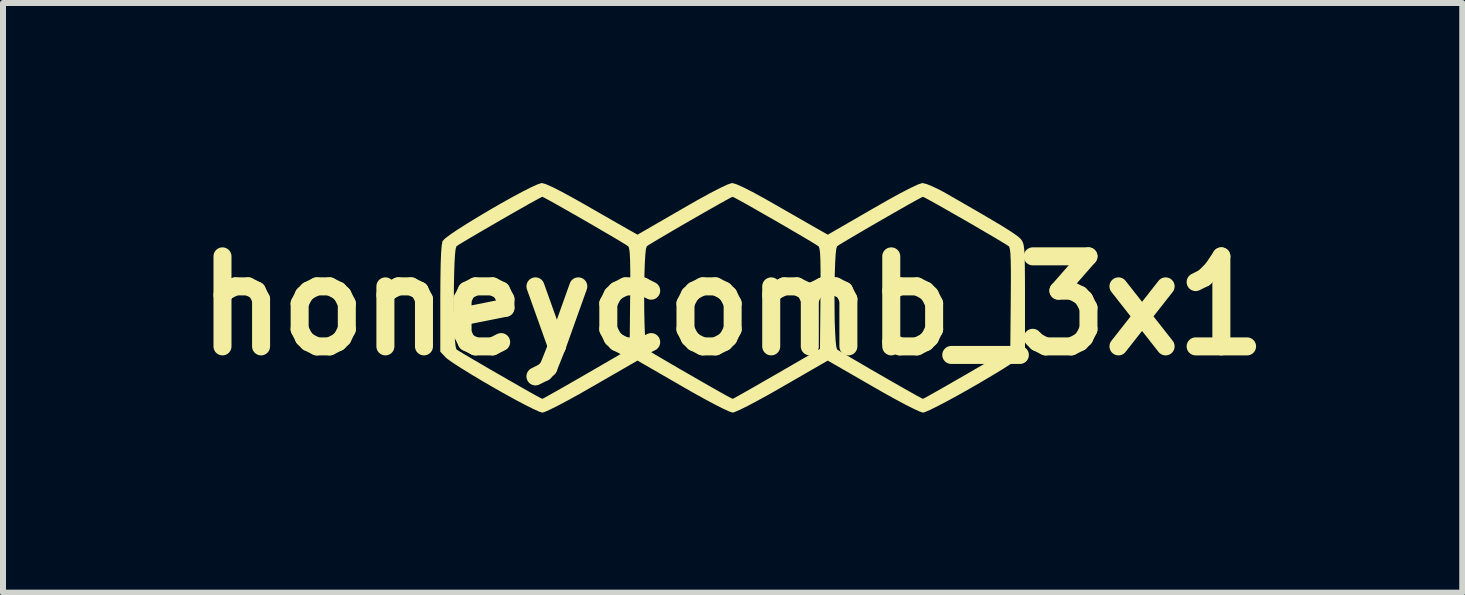
<source format=kicad_pcb>
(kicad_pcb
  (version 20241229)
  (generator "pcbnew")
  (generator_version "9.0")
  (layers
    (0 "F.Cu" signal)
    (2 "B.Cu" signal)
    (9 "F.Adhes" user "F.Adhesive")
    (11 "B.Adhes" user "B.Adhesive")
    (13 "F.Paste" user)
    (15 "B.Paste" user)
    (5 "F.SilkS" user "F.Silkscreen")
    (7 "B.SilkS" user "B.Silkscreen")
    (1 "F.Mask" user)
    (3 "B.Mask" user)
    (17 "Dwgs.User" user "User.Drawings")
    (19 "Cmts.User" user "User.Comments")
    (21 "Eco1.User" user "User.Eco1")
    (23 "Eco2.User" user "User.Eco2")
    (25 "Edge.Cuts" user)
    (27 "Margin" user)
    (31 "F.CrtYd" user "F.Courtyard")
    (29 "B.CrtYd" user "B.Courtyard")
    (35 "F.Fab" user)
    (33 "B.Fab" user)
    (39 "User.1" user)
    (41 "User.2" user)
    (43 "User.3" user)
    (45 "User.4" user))
  (footprint "honeycomb_3x1"
    (layer "F.Cu")
    (at 9.157 2.043)
    (property "Reference" "honeycomb_3x1" (at 0 0 0) (layer "F.SilkS") (effects (font (size 1.5 1.5) (thickness 0.3))))
    (attr board_only exclude_from_pos_files exclude_from_bom)
    (fp_poly (pts (xy 3.231 -2.027) (xy 3.336 -1.984) (xy 3.464 -1.922) (xy 3.548 -1.876) (xy 3.854 -1.7) (xy 4.107 -1.554) (xy 4.313 -1.433) (xy 4.476 -1.336) (xy 4.601 -1.258) (xy 4.692 -1.198) (xy 4.755 -1.152) (xy 4.794 -1.117) (xy 4.805 -1.105) (xy 4.824 -1.077) (xy 4.84 -1.043) (xy 4.851 -0.996) (xy 4.859 -0.928) (xy 4.865 -0.83) (xy 4.868 -0.696) (xy 4.87 -0.516) (xy 4.871 -0.283) (xy 4.871 -0.127) (xy 4.871 0.767) (xy 4.781 0.863) (xy 4.724 0.91) (xy 4.621 0.98) (xy 4.483 1.068) (xy 4.317 1.168) (xy 4.135 1.276) (xy 3.944 1.386) (xy 3.756 1.492) (xy 3.578 1.589) (xy 3.421 1.671) (xy 3.293 1.735) (xy 3.205 1.773) (xy 3.171 1.782) (xy 3.119 1.765) (xy 3.018 1.719) (xy 2.877 1.648) (xy 2.701 1.554) (xy 2.5 1.442) (xy 2.336 1.348) (xy 1.585 0.915) (xy 0.835 1.348) (xy 0.616 1.473) (xy 0.419 1.581) (xy 0.252 1.67) (xy 0.12 1.735) (xy 0.032 1.773) (xy 0.000156 1.782) (xy -0.052 1.765) (xy -0.153 1.719) (xy -0.296 1.647) (xy -0.473 1.552) (xy -0.677 1.439) (xy -0.835 1.348) (xy -1.585 0.915) (xy -2.336 1.348) (xy -2.553 1.472) (xy -2.749 1.58) (xy -2.917 1.669) (xy -3.049 1.734) (xy -3.137 1.773) (xy -3.17 1.782) (xy -3.223 1.766) (xy -3.323 1.72) (xy -3.464 1.65) (xy -3.637 1.558) (xy -3.834 1.449) (xy -3.973 1.37) (xy -4.175 1.253) (xy -4.362 1.141) (xy -4.525 1.04) (xy -4.657 0.955) (xy -4.746 0.892) (xy -4.781 0.863) (xy -4.871 0.767) (xy -4.871 -0.113) (xy -4.871 -0.133) (xy -4.645 -0.133) (xy -4.644 0.074) (xy -4.64 0.27) (xy -4.634 0.444) (xy -4.626 0.586) (xy -4.615 0.684) (xy -4.601 0.728) (xy -4.601 0.729) (xy -4.562 0.754) (xy -4.477 0.806) (xy -4.356 0.877) (xy -4.207 0.964) (xy -4.041 1.061) (xy -3.867 1.161) (xy -3.693 1.261) (xy -3.531 1.354) (xy -3.388 1.435) (xy -3.274 1.499) (xy -3.198 1.539) (xy -3.171 1.552) (xy -3.139 1.537) (xy -3.059 1.492) (xy -2.938 1.424) (xy -2.783 1.336) (xy -2.602 1.232) (xy -2.435 1.136) (xy -1.716 0.719) (xy -1.708 -0.118) (xy -1.707 -0.133) (xy -1.474 -0.133) (xy -1.473 0.074) (xy -1.469 0.27) (xy -1.463 0.444) (xy -1.455 0.586) (xy -1.444 0.684) (xy -1.43 0.728) (xy -1.43 0.729) (xy -1.391 0.754) (xy -1.306 0.806) (xy -1.185 0.877) (xy -1.036 0.964) (xy -0.87 1.061) (xy -0.696 1.161) (xy -0.523 1.261) (xy -0.36 1.354) (xy -0.217 1.435) (xy -0.103 1.499) (xy -0.027 1.539) (xy -0.000078 1.552) (xy 0.032 1.537) (xy 0.112 1.492) (xy 0.233 1.424) (xy 0.388 1.336) (xy 0.568 1.232) (xy 0.736 1.136) (xy 1.455 0.719) (xy 1.463 -0.118) (xy 1.464 -0.133) (xy 1.697 -0.133) (xy 1.698 0.074) (xy 1.701 0.27) (xy 1.708 0.444) (xy 1.716 0.586) (xy 1.727 0.684) (xy 1.74 0.728) (xy 1.741 0.729) (xy 1.78 0.754) (xy 1.865 0.806) (xy 1.986 0.877) (xy 2.135 0.964) (xy 2.301 1.061) (xy 2.475 1.161) (xy 2.648 1.261) (xy 2.811 1.354) (xy 2.954 1.435) (xy 3.068 1.499) (xy 3.144 1.539) (xy 3.171 1.552) (xy 3.202 1.537) (xy 3.283 1.492) (xy 3.404 1.424) (xy 3.559 1.336) (xy 3.739 1.232) (xy 3.906 1.136) (xy 4.626 0.719) (xy 4.634 -0.118) (xy 4.636 -0.389) (xy 4.636 -0.601) (xy 4.633 -0.761) (xy 4.628 -0.873) (xy 4.619 -0.945) (xy 4.607 -0.983) (xy 4.602 -0.989) (xy 4.56 -1.017) (xy 4.473 -1.07) (xy 4.349 -1.144) (xy 4.2 -1.231) (xy 4.033 -1.329) (xy 3.858 -1.43) (xy 3.684 -1.529) (xy 3.522 -1.622) (xy 3.38 -1.702) (xy 3.268 -1.764) (xy 3.195 -1.803) (xy 3.171 -1.814) (xy 3.138 -1.799) (xy 3.057 -1.755) (xy 2.939 -1.69) (xy 2.793 -1.607) (xy 2.629 -1.513) (xy 2.455 -1.413) (xy 2.28 -1.312) (xy 2.116 -1.216) (xy 1.97 -1.13) (xy 1.852 -1.06) (xy 1.772 -1.011) (xy 1.741 -0.99) (xy 1.727 -0.947) (xy 1.716 -0.85) (xy 1.708 -0.709) (xy 1.702 -0.535) (xy 1.698 -0.339) (xy 1.697 -0.133) (xy 1.464 -0.133) (xy 1.465 -0.389) (xy 1.465 -0.601) (xy 1.462 -0.761) (xy 1.457 -0.873) (xy 1.448 -0.945) (xy 1.436 -0.983) (xy 1.431 -0.989) (xy 1.389 -1.017) (xy 1.302 -1.07) (xy 1.178 -1.144) (xy 1.029 -1.231) (xy 0.862 -1.329) (xy 0.687 -1.43) (xy 0.513 -1.529) (xy 0.351 -1.622) (xy 0.209 -1.702) (xy 0.097 -1.764) (xy 0.024 -1.803) (xy 0 -1.814) (xy -0.033 -1.799) (xy -0.114 -1.755) (xy -0.231 -1.69) (xy -0.377 -1.607) (xy -0.542 -1.513) (xy -0.716 -1.413) (xy -0.891 -1.312) (xy -1.055 -1.216) (xy -1.201 -1.13) (xy -1.319 -1.06) (xy -1.399 -1.011) (xy -1.43 -0.99) (xy -1.444 -0.947) (xy -1.455 -0.85) (xy -1.463 -0.709) (xy -1.469 -0.535) (xy -1.473 -0.339) (xy -1.474 -0.133) (xy -1.707 -0.133) (xy -1.705 -0.389) (xy -1.706 -0.601) (xy -1.709 -0.761) (xy -1.714 -0.873) (xy -1.723 -0.945) (xy -1.735 -0.983) (xy -1.74 -0.989) (xy -1.782 -1.017) (xy -1.869 -1.07) (xy -1.992 -1.144) (xy -2.142 -1.231) (xy -2.309 -1.329) (xy -2.484 -1.43) (xy -2.657 -1.529) (xy -2.82 -1.622) (xy -2.962 -1.702) (xy -3.074 -1.764) (xy -3.147 -1.803) (xy -3.171 -1.814) (xy -3.204 -1.799) (xy -3.284 -1.755) (xy -3.402 -1.69) (xy -3.548 -1.607) (xy -3.713 -1.513) (xy -3.887 -1.413) (xy -4.061 -1.312) (xy -4.226 -1.216) (xy -4.372 -1.13) (xy -4.49 -1.06) (xy -4.57 -1.011) (xy -4.601 -0.99) (xy -4.615 -0.947) (xy -4.626 -0.85) (xy -4.634 -0.709) (xy -4.64 -0.535) (xy -4.644 -0.339) (xy -4.645 -0.133) (xy -4.871 -0.133) (xy -4.869 -0.429) (xy -4.865 -0.68) (xy -4.858 -0.87) (xy -4.848 -1) (xy -4.835 -1.071) (xy -4.833 -1.077) (xy -4.793 -1.118) (xy -4.705 -1.185) (xy -4.578 -1.271) (xy -4.42 -1.371) (xy -4.241 -1.48) (xy -4.051 -1.593) (xy -3.859 -1.704) (xy -3.673 -1.808) (xy -3.503 -1.899) (xy -3.359 -1.972) (xy -3.249 -2.022) (xy -3.183 -2.043) (xy -3.177 -2.043) (xy -3.115 -2.026) (xy -3.004 -1.977) (xy -2.848 -1.898) (xy -2.655 -1.793) (xy -2.483 -1.696) (xy -2.293 -1.587) (xy -2.113 -1.484) (xy -1.954 -1.393) (xy -1.827 -1.32) (xy -1.743 -1.272) (xy -1.732 -1.266) (xy -1.585 -1.183) (xy -0.841 -1.613) (xy -0.588 -1.758) (xy -0.375 -1.875) (xy -0.206 -1.962) (xy -0.084 -2.019) (xy -0.014 -2.043) (xy -0.007 -2.043) (xy 0.056 -2.026) (xy 0.168 -1.977) (xy 0.324 -1.898) (xy 0.519 -1.792) (xy 0.688 -1.696) (xy 0.878 -1.587) (xy 1.058 -1.484) (xy 1.217 -1.393) (xy 1.344 -1.32) (xy 1.428 -1.272) (xy 1.439 -1.266) (xy 1.586 -1.183) (xy 2.33 -1.613) (xy 2.582 -1.757) (xy 2.794 -1.874) (xy 2.963 -1.961) (xy 3.085 -2.018) (xy 3.156 -2.042) (xy 3.164 -2.043)) (stroke (width 0) (type solid)) (fill yes) (layer "F.SilkS")))
  (gr_rect
    (start -3 -3)
    (end 21.314 6.825)
    (stroke (width 0.1) (type default))
    (fill no)
    (layer "Edge.Cuts")))
</source>
